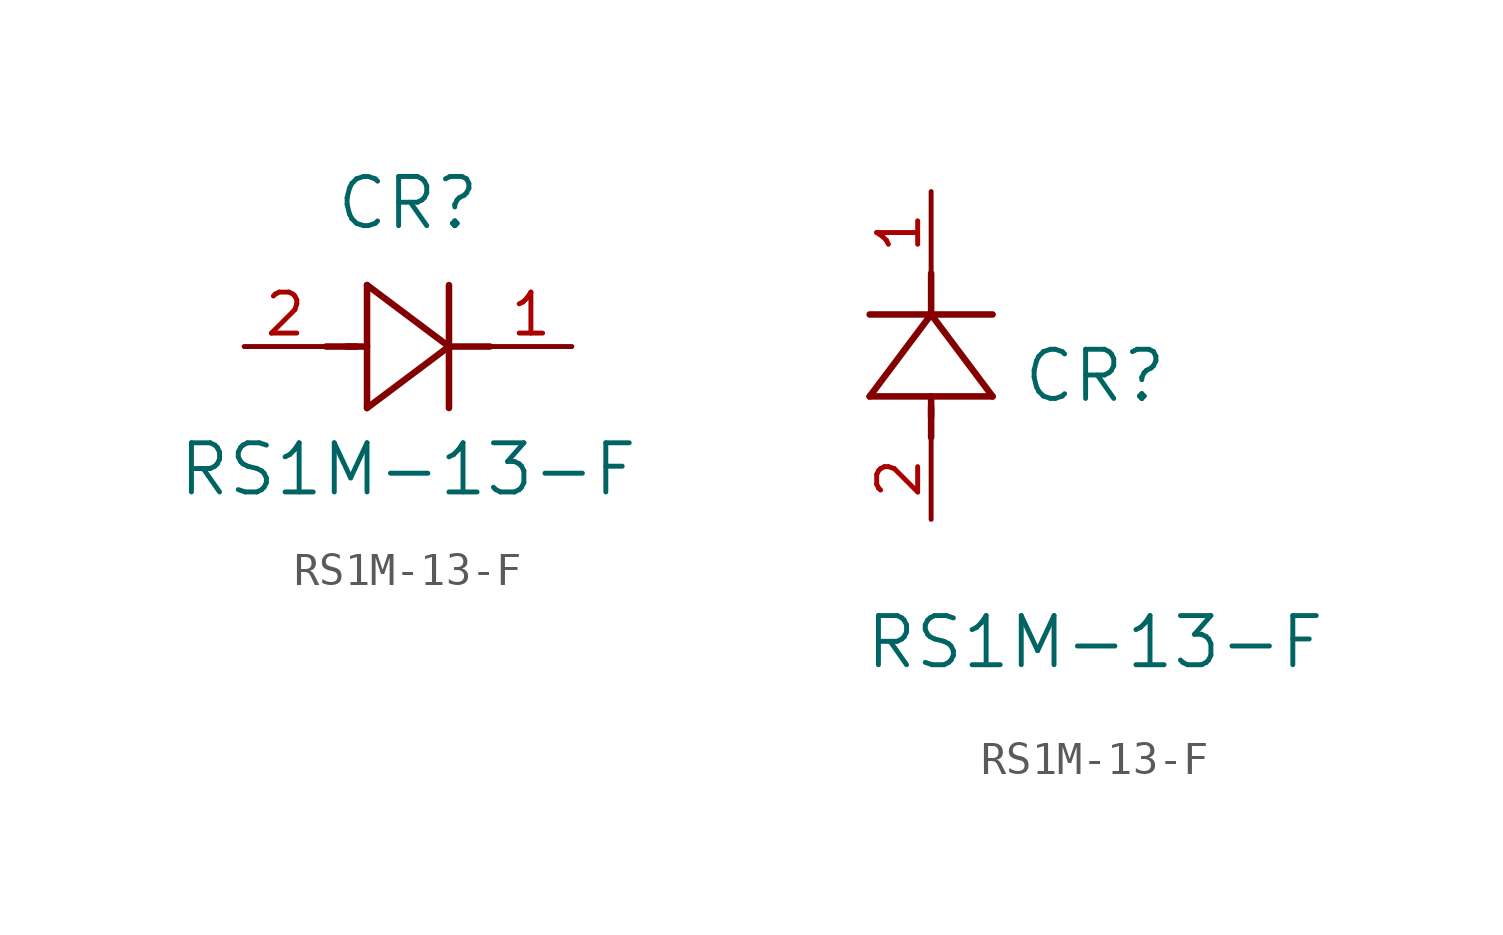
<source format=kicad_sym>
(kicad_symbol_lib
  (version 20211014)
  (generator kicad_symbol_editor)
  (symbol "RS1M-13-F"
    (pin_names
      (offset 0.254))
    (property "Reference" "CR"
      (at 5.08 4.445 0)
      (effects (font (size 1.524 1.524))))
    (property "Value" "RS1M-13-F"
      (at 5.08 -3.81 0)
      (effects (font (size 1.524 1.524))))
    (symbol "RS1M-13-F_1_1"
      (polyline (pts (xy 2.54 0) (xy 3.48 0)) (stroke (width 0.203) (type default) (color 0 0 0 0)) (fill (type none)))
      (polyline (pts (xy 3.81 1.905) (xy 3.81 -1.905)) (stroke (width 0.203) (type default) (color 0 0 0 0)) (fill (type none)))
      (polyline (pts (xy 3.175 0) (xy 3.81 0)) (stroke (width 0.203) (type default) (color 0 0 0 0)) (fill (type none)))
      (polyline (pts (xy 6.35 -1.905) (xy 6.35 1.905)) (stroke (width 0.203) (type default) (color 0 0 0 0)) (fill (type none)))
      (polyline (pts (xy 6.35 0) (xy 7.62 0)) (stroke (width 0.203) (type default) (color 0 0 0 0)) (fill (type none)))
      (polyline (pts (xy 6.35 0) (xy 3.81 1.905)) (stroke (width 0.203) (type default) (color 0 0 0 0)) (fill (type none)))
      (polyline (pts (xy 3.81 -1.905) (xy 6.35 0)) (stroke (width 0.203) (type default) (color 0 0 0 0)) (fill (type none)))
      (pin unspecified line (at 0 0 0) (length 2.54) (name "" (effects (font (size 1.27 1.27)))) (number "2" (effects (font (size 1.27 1.27)))))
      (pin unspecified line (at 10.16 0 180) (length 2.54) (name "" (effects (font (size 1.27 1.27)))) (number "1" (effects (font (size 1.27 1.27))))))
    (symbol "RS1M-13-F_1_2"
      (polyline (pts (xy 0 2.54) (xy 0 3.48)) (stroke (width 0.203) (type default) (color 0 0 0 0)) (fill (type none)))
      (polyline (pts (xy -1.905 3.81) (xy 1.905 3.81)) (stroke (width 0.203) (type default) (color 0 0 0 0)) (fill (type none)))
      (polyline (pts (xy 0 3.175) (xy 0 3.81)) (stroke (width 0.203) (type default) (color 0 0 0 0)) (fill (type none)))
      (polyline (pts (xy 1.905 6.35) (xy -1.905 6.35)) (stroke (width 0.203) (type default) (color 0 0 0 0)) (fill (type none)))
      (polyline (pts (xy 0 6.35) (xy 0 7.62)) (stroke (width 0.203) (type default) (color 0 0 0 0)) (fill (type none)))
      (polyline (pts (xy 0 6.35) (xy -1.905 3.81)) (stroke (width 0.203) (type default) (color 0 0 0 0)) (fill (type none)))
      (polyline (pts (xy 1.905 3.81) (xy 0 6.35)) (stroke (width 0.203) (type default) (color 0 0 0 0)) (fill (type none)))
      (pin unspecified line (at 0 0 90) (length 2.54) (name "" (effects (font (size 1.27 1.27)))) (number "2" (effects (font (size 1.27 1.27)))))
      (pin unspecified line (at 0 10.16 270) (length 2.54) (name "" (effects (font (size 1.27 1.27)))) (number "1" (effects (font (size 1.27 1.27))))))))
</source>
